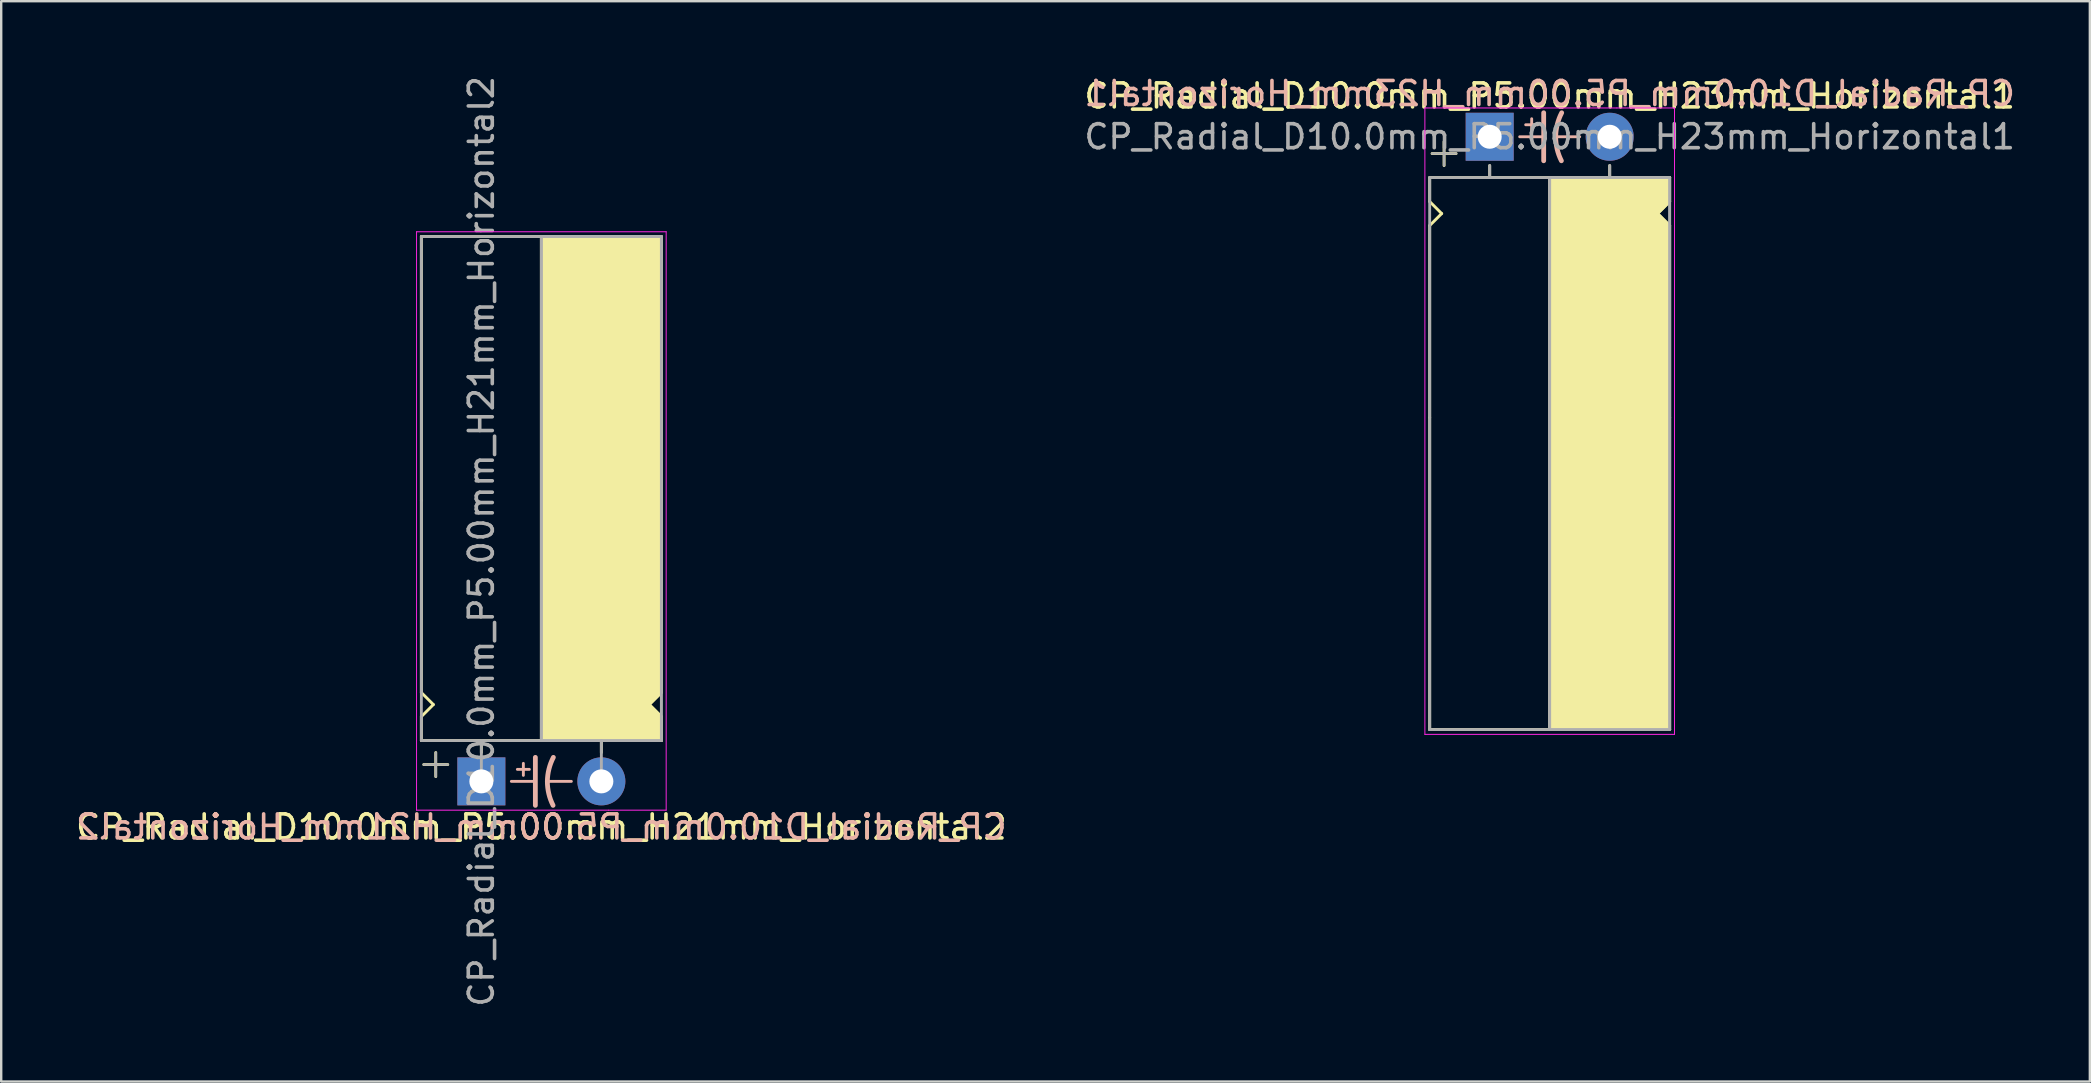
<source format=kicad_pcb>
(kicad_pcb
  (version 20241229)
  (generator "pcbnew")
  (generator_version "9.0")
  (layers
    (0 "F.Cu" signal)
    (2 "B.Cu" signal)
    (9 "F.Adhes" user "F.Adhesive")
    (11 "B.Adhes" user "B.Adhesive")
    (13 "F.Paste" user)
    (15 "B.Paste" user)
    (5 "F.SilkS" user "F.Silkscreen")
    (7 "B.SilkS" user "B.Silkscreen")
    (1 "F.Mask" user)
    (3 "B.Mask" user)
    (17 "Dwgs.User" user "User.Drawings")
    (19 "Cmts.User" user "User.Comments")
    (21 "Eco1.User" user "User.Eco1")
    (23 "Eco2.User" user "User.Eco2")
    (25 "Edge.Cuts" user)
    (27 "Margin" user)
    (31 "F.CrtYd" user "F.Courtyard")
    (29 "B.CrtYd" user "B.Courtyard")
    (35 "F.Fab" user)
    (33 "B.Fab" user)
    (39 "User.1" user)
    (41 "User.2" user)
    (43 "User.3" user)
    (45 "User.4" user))
  (footprint "CP_Radial_D10.0mm_P5.00mm_H21mm_Horizontal2"
    (layer "F.Cu")
    (at 17.006 29.506)
    (property "Reference" "CP_Radial_D10.0mm_P5.00mm_H21mm_Horizontal2" (at 2.5 1.9 0) (layer "F.SilkS") (effects (font (size 1 1) (thickness 0.15))))
    (fp_line (start -2.5 -22.7) (end 7.5 -22.7) (stroke (width 0.12) (type solid)) (layer "F.SilkS"))
    (fp_line (start -2.5 -11.7) (end -2.5 -22.7) (stroke (width 0.12) (type solid)) (layer "F.SilkS"))
    (fp_line (start -2.5 -3.7) (end -2.5 -11.7) (stroke (width 0.12) (type solid)) (layer "F.SilkS"))
    (fp_line (start -2.5 -2.7) (end -2 -3.2) (stroke (width 0.12) (type solid)) (layer "F.SilkS"))
    (fp_line (start -2.5 -1.7) (end -2.5 -2.7) (stroke (width 0.12) (type solid)) (layer "F.SilkS"))
    (fp_line (start -2 -3.2) (end -2.5 -3.7) (stroke (width 0.12) (type solid)) (layer "F.SilkS"))
    (fp_line (start -1.9 -1.2) (end -1.9 -0.2) (stroke (width 0.12) (type solid)) (layer "F.SilkS"))
    (fp_line (start -1.4 -0.7) (end -2.4 -0.7) (stroke (width 0.12) (type solid)) (layer "F.SilkS"))
    (fp_line (start 0 -1.7) (end 0 -1.2) (stroke (width 0.12) (type solid)) (layer "F.SilkS"))
    (fp_line (start 2.5 -22.7) (end 2.5 -1.7) (stroke (width 0.12) (type solid)) (layer "F.SilkS"))
    (fp_line (start 2.5 -1.7) (end -2.5 -1.7) (stroke (width 0.12) (type solid)) (layer "F.SilkS"))
    (fp_line (start 5 -1.7) (end 5 -1.2) (stroke (width 0.12) (type solid)) (layer "F.SilkS"))
    (fp_line (start 7 -3.2) (end 7.5 -3.7) (stroke (width 0.12) (type solid)) (layer "F.SilkS"))
    (fp_line (start 7.5 -11.7) (end 7.5 -22.7) (stroke (width 0.12) (type solid)) (layer "F.SilkS"))
    (fp_line (start 7.5 -3.7) (end 7.5 -11.7) (stroke (width 0.12) (type solid)) (layer "F.SilkS"))
    (fp_line (start 7.5 -2.7) (end 7 -3.2) (stroke (width 0.12) (type solid)) (layer "F.SilkS"))
    (fp_line (start 7.5 -1.7) (end 2.5 -1.7) (stroke (width 0.12) (type solid)) (layer "F.SilkS"))
    (fp_line (start 7.5 -1.7) (end 7.5 -2.7) (stroke (width 0.12) (type solid)) (layer "F.SilkS"))
    (fp_poly (pts (xy 7.5 -2.7) (xy 7 -3.2) (xy 7.5 -3.7) (xy 7.5 -22.7) (xy 2.5 -22.7) (xy 2.5 -1.7) (xy 7.5 -1.7)) (stroke (width 0.1) (type solid)) (fill yes) (layer "F.SilkS"))
    (fp_line (start 1.25 0) (end 2.25 0) (stroke (width 0.12) (type solid)) (layer "B.SilkS"))
    (fp_line (start 1.5 -0.5) (end 2 -0.5) (stroke (width 0.12) (type solid)) (layer "B.SilkS"))
    (fp_line (start 1.75 -0.75) (end 1.75 -0.25) (stroke (width 0.12) (type solid)) (layer "B.SilkS"))
    (fp_line (start 2.25 1) (end 2.25 -1) (stroke (width 0.2) (type solid)) (layer "B.SilkS"))
    (fp_line (start 3.75 0) (end 2.75 0) (stroke (width 0.12) (type solid)) (layer "B.SilkS"))
    (fp_arc (start 2.75 0) (mid 2.816707 -0.514573) (end 3 -1) (stroke (width 0.2) (type solid)) (layer "B.SilkS"))
    (fp_arc (start 2.987539 1) (mid 2.810248 0.513901) (end 2.75 0) (stroke (width 0.2) (type solid)) (layer "B.SilkS"))
    (fp_line (start -2.7 -22.9) (end -2.7 1.2) (stroke (width 0.04) (type solid)) (layer "F.CrtYd"))
    (fp_line (start -2.7 1.2) (end 5.3 1.2) (stroke (width 0.04) (type solid)) (layer "F.CrtYd"))
    (fp_line (start 5.3 1.2) (end 7.7 1.2) (stroke (width 0.04) (type solid)) (layer "F.CrtYd"))
    (fp_line (start 7.7 -22.9) (end -2.7 -22.9) (stroke (width 0.04) (type solid)) (layer "F.CrtYd"))
    (fp_line (start 7.7 1.2) (end 7.7 -22.9) (stroke (width 0.04) (type solid)) (layer "F.CrtYd"))
    (fp_line (start -2.5 -22.7) (end 7.5 -22.7) (stroke (width 0.12) (type solid)) (layer "F.Fab"))
    (fp_line (start -2.5 -1.7) (end -2.5 -22.7) (stroke (width 0.12) (type solid)) (layer "F.Fab"))
    (fp_line (start -2.4 -0.7) (end -1.4 -0.7) (stroke (width 0.1) (type solid)) (layer "F.Fab"))
    (fp_line (start -1.9 -0.2) (end -1.9 -1.2) (stroke (width 0.1) (type solid)) (layer "F.Fab"))
    (fp_line (start 0 -1.7) (end 0 0) (stroke (width 0.12) (type solid)) (layer "F.Fab"))
    (fp_line (start 2.5 -1.7) (end 2.5 -22.7) (stroke (width 0.12) (type solid)) (layer "F.Fab"))
    (fp_line (start 5 -1.7) (end 5 0) (stroke (width 0.12) (type solid)) (layer "F.Fab"))
    (fp_line (start 7.5 -22.7) (end 7.5 -1.7) (stroke (width 0.12) (type solid)) (layer "F.Fab"))
    (fp_line (start 7.5 -1.7) (end -2.5 -1.7) (stroke (width 0.12) (type solid)) (layer "F.Fab"))
    (fp_poly (pts (xy 7.5 -22.7) (xy 2.5 -22.7) (xy 2.5 -1.7) (xy 7.5 -1.7)) (stroke (width 0.1) (type solid)) (fill no) (layer "F.Fab"))
    (fp_text user "${REFERENCE}" (at 2.5 1.9 0) (layer "B.SilkS") (effects (font (size 1 1) (thickness 0.15)) (justify mirror)))
    (fp_text user "${REFERENCE}" (at 0 -10 90) (layer "F.Fab") (effects (font (size 1 1) (thickness 0.15))))
    (pad "1" thru_hole rect (at 0 0) (size 2 2) (drill 1) (layers "*.Cu" "*.Mask"))
    (pad "2" thru_hole circle (at 5 0) (size 2 2) (drill 1) (layers "*.Cu" "*.Mask")))
  (footprint "CP_Radial_D10.0mm_P5.00mm_H23mm_Horizontal1"
    (layer "F.Cu")
    (at 59.018 2.648)
    (property "Reference" "CP_Radial_D10.0mm_P5.00mm_H23mm_Horizontal1" (at 2.5 -1.7 0) (layer "F.SilkS") (effects (font (size 1 1) (thickness 0.15))))
    (fp_line (start -2.5 1.7) (end -2.5 2.7) (stroke (width 0.12) (type solid)) (layer "F.SilkS"))
    (fp_line (start -2.5 2.7) (end -2 3.2) (stroke (width 0.12) (type solid)) (layer "F.SilkS"))
    (fp_line (start -2.5 3.7) (end -2.5 11.7) (stroke (width 0.12) (type solid)) (layer "F.SilkS"))
    (fp_line (start -2.5 11.7) (end -2.5 24.7) (stroke (width 0.12) (type solid)) (layer "F.SilkS"))
    (fp_line (start -2.5 24.7) (end 7.5 24.7) (stroke (width 0.12) (type solid)) (layer "F.SilkS"))
    (fp_line (start -2 3.2) (end -2.5 3.7) (stroke (width 0.12) (type solid)) (layer "F.SilkS"))
    (fp_line (start -1.9 0.2) (end -1.9 1.2) (stroke (width 0.12) (type solid)) (layer "F.SilkS"))
    (fp_line (start -1.4 0.7) (end -2.4 0.7) (stroke (width 0.12) (type solid)) (layer "F.SilkS"))
    (fp_line (start 0 1.7) (end 0 1.2) (stroke (width 0.12) (type solid)) (layer "F.SilkS"))
    (fp_line (start 2.5 1.7) (end -2.5 1.7) (stroke (width 0.12) (type solid)) (layer "F.SilkS"))
    (fp_line (start 2.5 24.7) (end 2.5 1.7) (stroke (width 0.12) (type solid)) (layer "F.SilkS"))
    (fp_line (start 5 1.7) (end 5 1.2) (stroke (width 0.12) (type solid)) (layer "F.SilkS"))
    (fp_line (start 7 3.2) (end 7.5 3.7) (stroke (width 0.12) (type solid)) (layer "F.SilkS"))
    (fp_line (start 7.5 1.7) (end 2.5 1.7) (stroke (width 0.12) (type solid)) (layer "F.SilkS"))
    (fp_line (start 7.5 1.7) (end 7.5 2.7) (stroke (width 0.12) (type solid)) (layer "F.SilkS"))
    (fp_line (start 7.5 2.7) (end 7 3.2) (stroke (width 0.12) (type solid)) (layer "F.SilkS"))
    (fp_line (start 7.5 3.7) (end 7.5 11.7) (stroke (width 0.12) (type solid)) (layer "F.SilkS"))
    (fp_line (start 7.5 11.7) (end 7.5 24.7) (stroke (width 0.12) (type solid)) (layer "F.SilkS"))
    (fp_poly (pts (xy 7.5 2.7) (xy 7 3.2) (xy 7.5 3.7) (xy 7.5 24.7) (xy 2.5 24.7) (xy 2.5 1.7) (xy 7.5 1.7)) (stroke (width 0.1) (type solid)) (fill yes) (layer "F.SilkS"))
    (fp_line (start 1.25 0) (end 2.25 0) (stroke (width 0.12) (type solid)) (layer "B.SilkS"))
    (fp_line (start 1.5 -0.5) (end 2 -0.5) (stroke (width 0.12) (type solid)) (layer "B.SilkS"))
    (fp_line (start 1.75 -0.75) (end 1.75 -0.25) (stroke (width 0.12) (type solid)) (layer "B.SilkS"))
    (fp_line (start 2.25 1) (end 2.25 -1) (stroke (width 0.2) (type solid)) (layer "B.SilkS"))
    (fp_line (start 3.75 0) (end 2.75 0) (stroke (width 0.12) (type solid)) (layer "B.SilkS"))
    (fp_arc (start 2.75 0) (mid 2.816707 -0.514573) (end 3 -1) (stroke (width 0.2) (type solid)) (layer "B.SilkS"))
    (fp_arc (start 2.987539 1) (mid 2.810248 0.513901) (end 2.75 0) (stroke (width 0.2) (type solid)) (layer "B.SilkS"))
    (fp_line (start -2.7 -1.2) (end 5.3 -1.2) (stroke (width 0.04) (type solid)) (layer "F.CrtYd"))
    (fp_line (start -2.7 24.9) (end -2.7 -1.2) (stroke (width 0.04) (type solid)) (layer "F.CrtYd"))
    (fp_line (start 5.3 -1.2) (end 7.7 -1.2) (stroke (width 0.04) (type solid)) (layer "F.CrtYd"))
    (fp_line (start 7.7 -1.2) (end 7.7 24.9) (stroke (width 0.04) (type solid)) (layer "F.CrtYd"))
    (fp_line (start 7.7 24.9) (end -2.7 24.9) (stroke (width 0.04) (type solid)) (layer "F.CrtYd"))
    (fp_line (start -2.5 1.7) (end -2.5 24.7) (stroke (width 0.12) (type solid)) (layer "F.Fab"))
    (fp_line (start -2.5 24.7) (end 7.5 24.7) (stroke (width 0.12) (type solid)) (layer "F.Fab"))
    (fp_line (start -2.4 0.7) (end -1.4 0.7) (stroke (width 0.1) (type solid)) (layer "F.Fab"))
    (fp_line (start -1.9 1.2) (end -1.9 0.2) (stroke (width 0.1) (type solid)) (layer "F.Fab"))
    (fp_line (start 0 1.7) (end 0 1.2) (stroke (width 0.12) (type solid)) (layer "F.Fab"))
    (fp_line (start 2.5 1.7) (end 2.5 24.7) (stroke (width 0.12) (type solid)) (layer "F.Fab"))
    (fp_line (start 5 1.7) (end 5 1.2) (stroke (width 0.12) (type solid)) (layer "F.Fab"))
    (fp_line (start 7.5 1.7) (end -2.5 1.7) (stroke (width 0.12) (type solid)) (layer "F.Fab"))
    (fp_line (start 7.5 24.7) (end 7.5 1.7) (stroke (width 0.12) (type solid)) (layer "F.Fab"))
    (fp_poly (pts (xy 7.5 24.7) (xy 2.5 24.7) (xy 2.5 1.7) (xy 7.5 1.7)) (stroke (width 0.1) (type solid)) (fill no) (layer "F.Fab"))
    (fp_text user "${REFERENCE}" (at 2.5 -1.8 0) (layer "B.SilkS") (effects (font (size 1 1) (thickness 0.15)) (justify mirror)))
    (fp_text user "${REFERENCE}" (at 2.5 0 0) (layer "F.Fab") (effects (font (size 1 1) (thickness 0.15))))
    (pad "1" thru_hole rect (at 0 0) (size 2 2) (drill 1) (layers "*.Cu" "*.Mask"))
    (pad "2" thru_hole circle (at 5 0) (size 2 2) (drill 1) (layers "*.Cu" "*.Mask")))
  (gr_rect
    (start -3 -3)
    (end 84.024 42.012)
    (stroke (width 0.1) (type default))
    (fill no)
    (layer "Edge.Cuts")))
</source>
